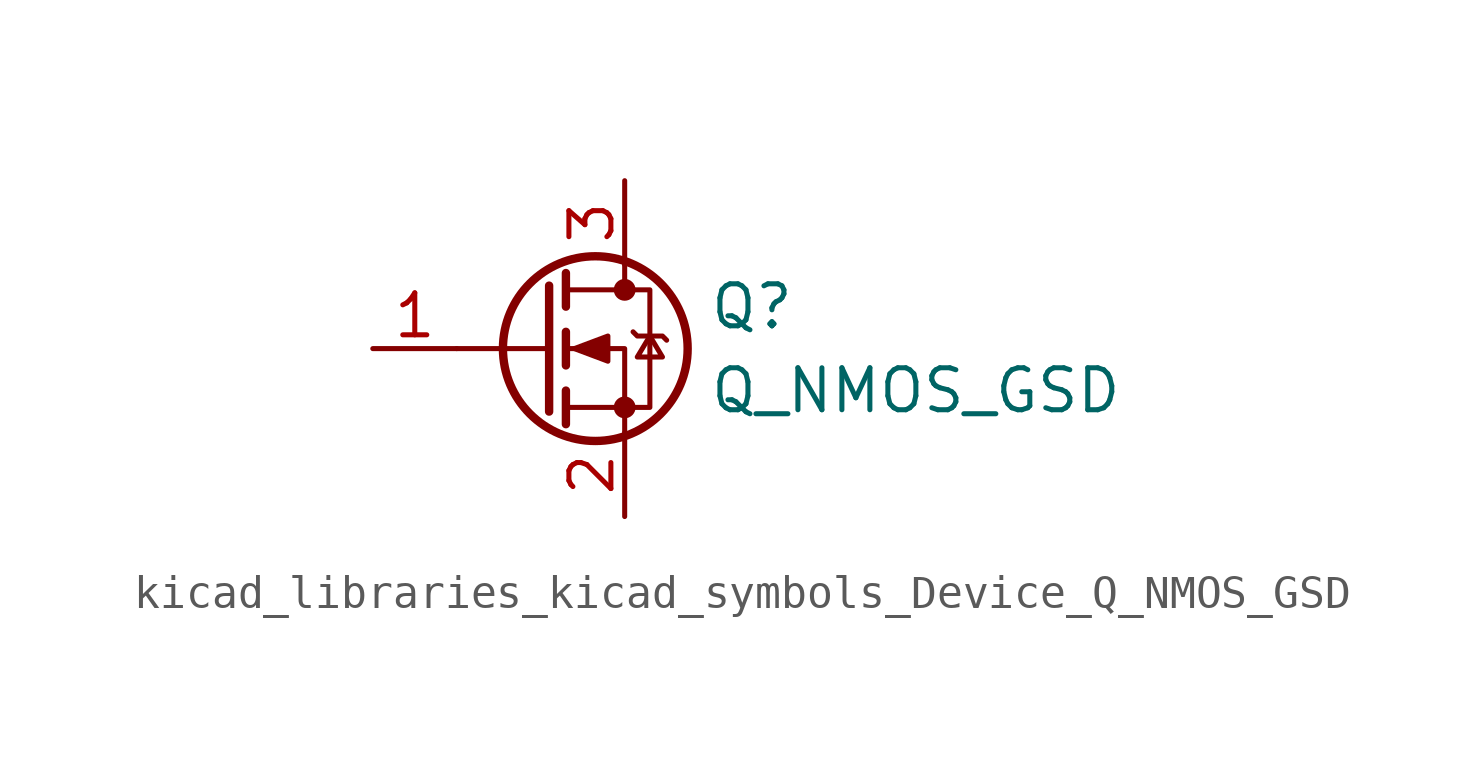
<source format=kicad_sym>
(kicad_symbol_lib
  (version 20220914)
  (generator kicad_symbol_editor)
  (symbol "kicad_libraries_kicad_symbols_Device_Q_NMOS_GSD"
    (pin_names
      (offset 0) hide)
    (property "Reference" "Q"
      (at 5.08 1.27 0)
      (effects (font (size 1.27 1.27)) (justify left)))
    (property "Value" "Q_NMOS_GSD"
      (at 5.08 -1.27 0)
      (effects (font (size 1.27 1.27)) (justify left)))
    (symbol "kicad_libraries_kicad_symbols_Device_Q_NMOS_GSD_0_1"
      (polyline (pts (xy 0.254 0) (xy -2.54 0)) (stroke (width 0) (type default)) (fill (type none)))
      (polyline (pts (xy 0.254 1.905) (xy 0.254 -1.905)) (stroke (width 0.254) (type default)) (fill (type none)))
      (polyline (pts (xy 0.762 -1.27) (xy 0.762 -2.286)) (stroke (width 0.254) (type default)) (fill (type none)))
      (polyline (pts (xy 0.762 0.508) (xy 0.762 -0.508)) (stroke (width 0.254) (type default)) (fill (type none)))
      (polyline (pts (xy 0.762 2.286) (xy 0.762 1.27)) (stroke (width 0.254) (type default)) (fill (type none)))
      (polyline (pts (xy 2.54 2.54) (xy 2.54 1.778)) (stroke (width 0) (type default)) (fill (type none)))
      (polyline (pts (xy 2.54 -2.54) (xy 2.54 0) (xy 0.762 0)) (stroke (width 0) (type default)) (fill (type none)))
      (polyline (pts (xy 0.762 -1.778) (xy 3.302 -1.778) (xy 3.302 1.778) (xy 0.762 1.778)) (stroke (width 0) (type default)) (fill (type none)))
      (polyline (pts (xy 1.016 0) (xy 2.032 0.381) (xy 2.032 -0.381) (xy 1.016 0)) (stroke (width 0) (type default)) (fill (type outline)))
      (polyline (pts (xy 2.794 0.508) (xy 2.921 0.381) (xy 3.683 0.381) (xy 3.81 0.254)) (stroke (width 0) (type default)) (fill (type none)))
      (polyline (pts (xy 3.302 0.381) (xy 2.921 -0.254) (xy 3.683 -0.254) (xy 3.302 0.381)) (stroke (width 0) (type default)) (fill (type none)))
      (circle (center 1.651 0) (radius 2.794) (stroke (width 0.254) (type default)) (fill (type none)))
      (circle (center 2.54 -1.778) (radius 0.254) (stroke (width 0) (type default)) (fill (type outline)))
      (circle (center 2.54 1.778) (radius 0.254) (stroke (width 0) (type default)) (fill (type outline))))
    (symbol "kicad_libraries_kicad_symbols_Device_Q_NMOS_GSD_1_1"
      (pin input line (at -5.08 0 0) (length 2.54) (name "G" (effects (font (size 1.27 1.27)))) (number "1" (effects (font (size 1.27 1.27)))))
      (pin passive line (at 2.54 -5.08 90) (length 2.54) (name "S" (effects (font (size 1.27 1.27)))) (number "2" (effects (font (size 1.27 1.27)))))
      (pin passive line (at 2.54 5.08 270) (length 2.54) (name "D" (effects (font (size 1.27 1.27)))) (number "3" (effects (font (size 1.27 1.27))))))))
</source>
